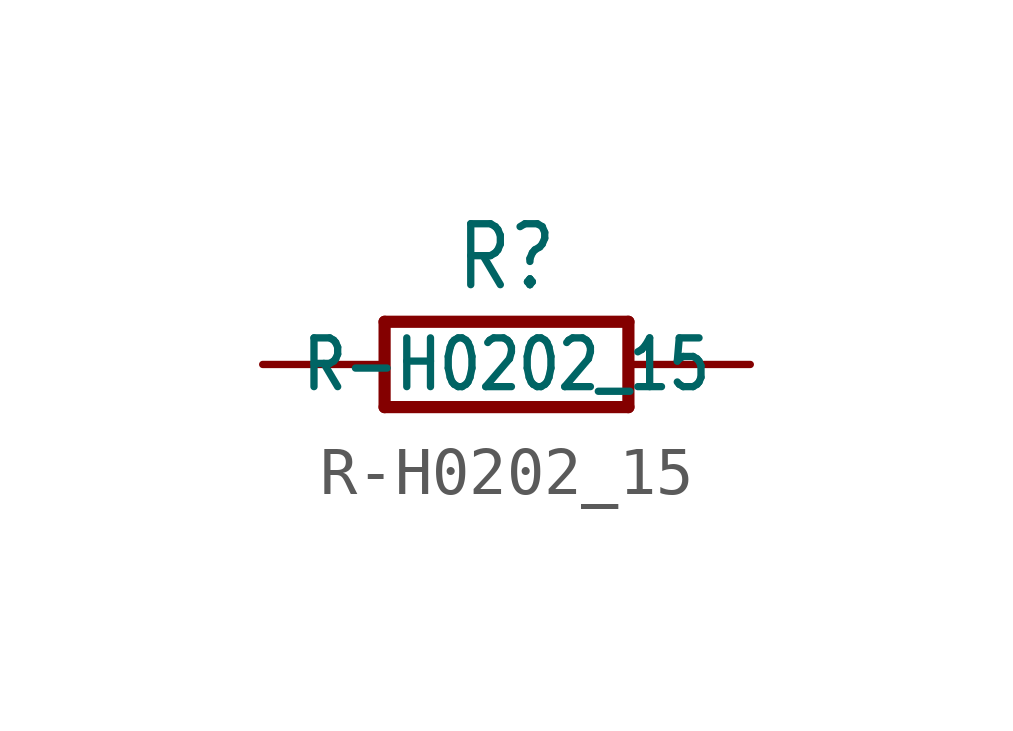
<source format=kicad_sym>
(kicad_symbol_lib
  (version 20201005)
  (generator kicad_symbol_editor)
  (symbol "R-H0202_15"
    (property "Reference" "R"
      (at 0 1.499 0)
      (effects (font (size 1.27 1.079)) (justify bottom)))
    (property "Value" "R-H0202_15"
      (at 0 0 0)
      (effects (font (size 1.016 0.864))))
    (property "ki_locked" ""
      (at 0 0 0)
      (effects (font (size 1.27 1.27))))
    (symbol "R-H0202_15_1_0"
      (polyline (pts (xy -2.54 -0.889) (xy -2.54 0.889)) (stroke (width 0.254)) (fill (type none)))
      (polyline (pts (xy -2.54 -0.889) (xy 2.54 -0.889)) (stroke (width 0.254)) (fill (type none)))
      (polyline (pts (xy 2.54 -0.889) (xy 2.54 0.889)) (stroke (width 0.254)) (fill (type none)))
      (polyline (pts (xy 2.54 0.889) (xy -2.54 0.889)) (stroke (width 0.254)) (fill (type none)))
      (pin passive line (at -5.08 0 0) (length 2.54) (name "1" (effects (font (size 0 0)))) (number "1" (effects (font (size 0 0)))))
      (pin passive line (at 5.08 0 180) (length 2.54) (name "2" (effects (font (size 0 0)))) (number "2" (effects (font (size 0 0))))))))
</source>
